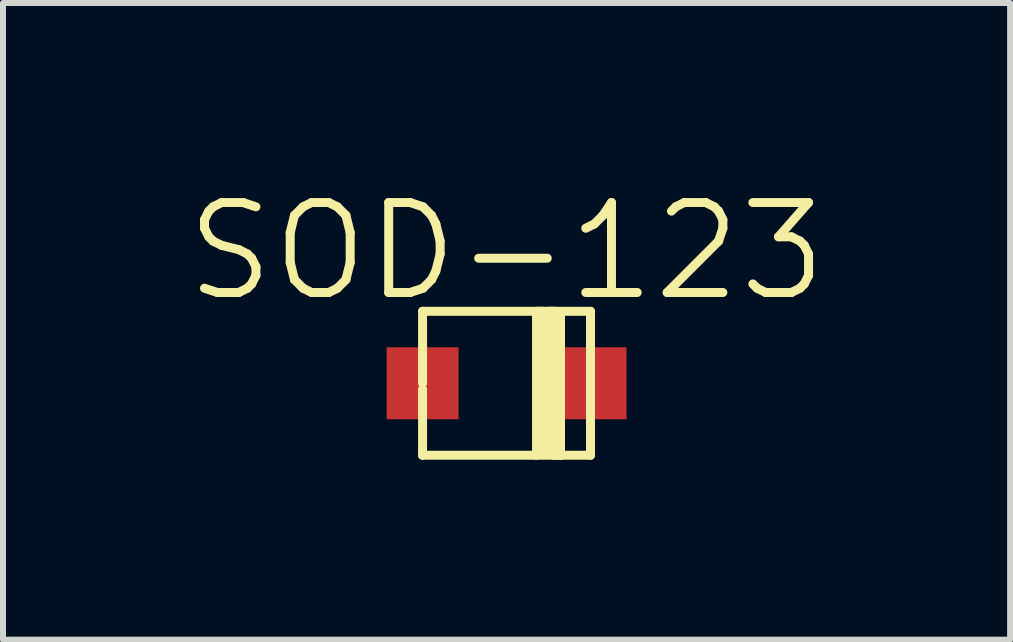
<source format=kicad_pcb>
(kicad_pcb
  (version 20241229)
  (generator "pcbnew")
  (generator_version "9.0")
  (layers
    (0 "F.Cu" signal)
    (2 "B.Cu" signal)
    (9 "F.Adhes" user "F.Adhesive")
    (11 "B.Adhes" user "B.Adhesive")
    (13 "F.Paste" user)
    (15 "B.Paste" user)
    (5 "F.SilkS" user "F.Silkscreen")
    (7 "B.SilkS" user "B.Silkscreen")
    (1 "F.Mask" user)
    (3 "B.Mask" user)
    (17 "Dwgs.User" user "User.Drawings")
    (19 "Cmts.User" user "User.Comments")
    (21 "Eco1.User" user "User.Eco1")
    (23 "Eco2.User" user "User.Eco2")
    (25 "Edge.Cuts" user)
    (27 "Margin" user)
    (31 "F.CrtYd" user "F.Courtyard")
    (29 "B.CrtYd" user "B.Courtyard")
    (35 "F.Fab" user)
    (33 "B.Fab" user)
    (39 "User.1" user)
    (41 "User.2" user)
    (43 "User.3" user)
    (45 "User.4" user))
  (footprint "SOD-123"
    (layer "F.Cu")
    (at 5.396 3.341)
    (property "Reference" "SOD-123" (at 0 -2.2 0) (layer "F.SilkS") (effects (font (size 1.5 1.5) (thickness 0.15))))
    (attr through_hole)
    (fp_line (start -1.4 -1.2) (end 1.4 -1.2) (stroke (width 0.15) (type solid)) (layer "F.SilkS"))
    (fp_line (start -1.4 0) (end -1.4 -1.2) (stroke (width 0.15) (type solid)) (layer "F.SilkS"))
    (fp_line (start -1.4 1.2) (end -1.4 0.1) (stroke (width 0.15) (type solid)) (layer "F.SilkS"))
    (fp_line (start 0.5 -1.2) (end 0.5 1.2) (stroke (width 0.15) (type solid)) (layer "F.SilkS"))
    (fp_line (start 0.6 -1.2) (end 0.5 -1.2) (stroke (width 0.15) (type solid)) (layer "F.SilkS"))
    (fp_line (start 0.6 1.1) (end 0.6 -1.2) (stroke (width 0.15) (type solid)) (layer "F.SilkS"))
    (fp_line (start 0.7 -1.2) (end 0.7 1.1) (stroke (width 0.15) (type solid)) (layer "F.SilkS"))
    (fp_line (start 0.7 1.1) (end 0.6 1.1) (stroke (width 0.15) (type solid)) (layer "F.SilkS"))
    (fp_line (start 0.8 -1.2) (end 0.7 -1.2) (stroke (width 0.15) (type solid)) (layer "F.SilkS"))
    (fp_line (start 0.8 1.2) (end 0.8 -1.2) (stroke (width 0.15) (type solid)) (layer "F.SilkS"))
    (fp_line (start 0.9 -1.2) (end 0.9 1.2) (stroke (width 0.15) (type solid)) (layer "F.SilkS"))
    (fp_line (start 0.9 1.2) (end 0.8 1.1) (stroke (width 0.15) (type solid)) (layer "F.SilkS"))
    (fp_line (start 0.9 1.2) (end 0.8 1.2) (stroke (width 0.15) (type solid)) (layer "F.SilkS"))
    (fp_line (start 1.4 -1.2) (end 1.4 1.2) (stroke (width 0.15) (type solid)) (layer "F.SilkS"))
    (fp_line (start 1.4 1.2) (end -1.4 1.2) (stroke (width 0.15) (type solid)) (layer "F.SilkS"))
    (pad "1" smd rect (at -1.4 0) (size 1.2 1.2) (layers "F.Cu" "F.Mask" "F.Paste"))
    (pad "2" smd rect (at 1.4 0) (size 1.2 1.2) (layers "F.Cu" "F.Mask" "F.Paste")))
  (gr_rect
    (start -3 -3)
    (end 13.793 7.616)
    (stroke (width 0.1) (type default))
    (fill no)
    (layer "Edge.Cuts")))
</source>
